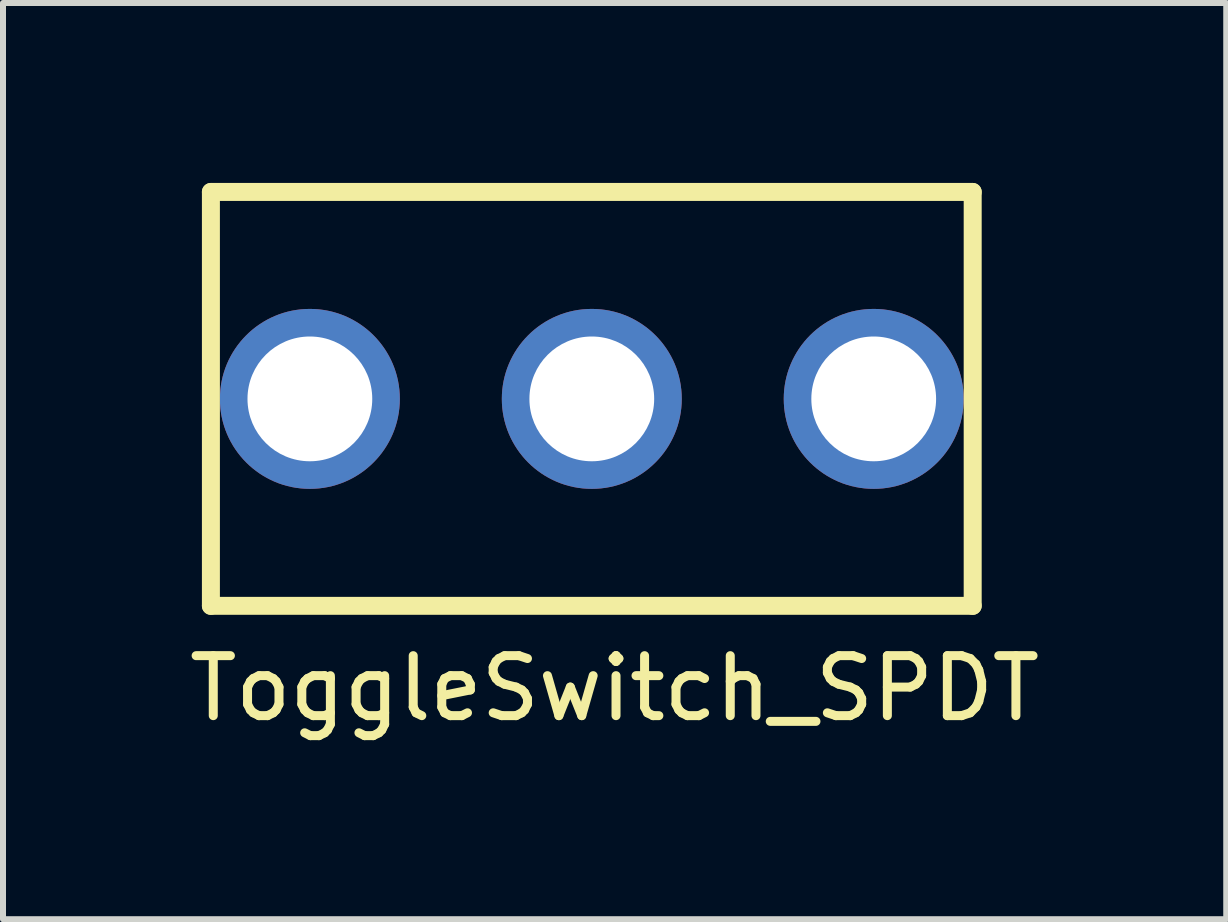
<source format=kicad_pcb>
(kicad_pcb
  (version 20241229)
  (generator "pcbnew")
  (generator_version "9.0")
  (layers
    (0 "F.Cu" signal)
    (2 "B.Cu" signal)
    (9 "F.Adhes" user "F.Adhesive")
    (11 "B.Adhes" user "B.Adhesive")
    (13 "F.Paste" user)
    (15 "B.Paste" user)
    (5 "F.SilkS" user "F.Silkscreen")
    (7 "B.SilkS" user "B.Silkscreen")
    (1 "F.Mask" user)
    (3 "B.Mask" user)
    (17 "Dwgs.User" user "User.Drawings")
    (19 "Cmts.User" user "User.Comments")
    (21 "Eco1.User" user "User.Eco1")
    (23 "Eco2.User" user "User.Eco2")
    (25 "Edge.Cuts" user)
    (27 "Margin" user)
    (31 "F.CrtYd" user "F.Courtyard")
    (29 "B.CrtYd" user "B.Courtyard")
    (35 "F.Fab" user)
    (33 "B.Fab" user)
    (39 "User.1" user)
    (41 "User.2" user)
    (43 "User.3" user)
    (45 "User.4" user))
  (footprint "ToggleSwitch_SPDT"
    (layer "F.Cu")
    (at 2.116 3.6)
    (property "Reference" "ToggleSwitch_SPDT" (at 5.08 4.826 0) (layer "F.SilkS") (effects (font (size 1 1) (thickness 0.15))))
    (attr through_hole)
    (fp_line (start -1.65 -3.45) (end 11.05 -3.45) (stroke (width 0.3) (type solid)) (layer "F.SilkS"))
    (fp_line (start -1.65 3.45) (end -1.65 -3.45) (stroke (width 0.3) (type solid)) (layer "F.SilkS"))
    (fp_line (start -1.65 3.45) (end 11.05 3.45) (stroke (width 0.3) (type solid)) (layer "F.SilkS"))
    (fp_line (start 11.05 3.45) (end 11.05 -3.45) (stroke (width 0.3) (type solid)) (layer "F.SilkS"))
    (pad "1" thru_hole circle (at 0 0) (size 3 3) (drill 2.08) (layers "*.Cu" "*.Mask"))
    (pad "2" thru_hole circle (at 4.7 0) (size 3 3) (drill 2.08) (layers "*.Cu" "*.Mask"))
    (pad "3" thru_hole circle (at 9.4 0) (size 3 3) (drill 2.08) (layers "*.Cu" "*.Mask")))
  (gr_rect
    (start -3 -3)
    (end 17.393 12.274)
    (stroke (width 0.1) (type default))
    (fill no)
    (layer "Edge.Cuts")))
</source>
